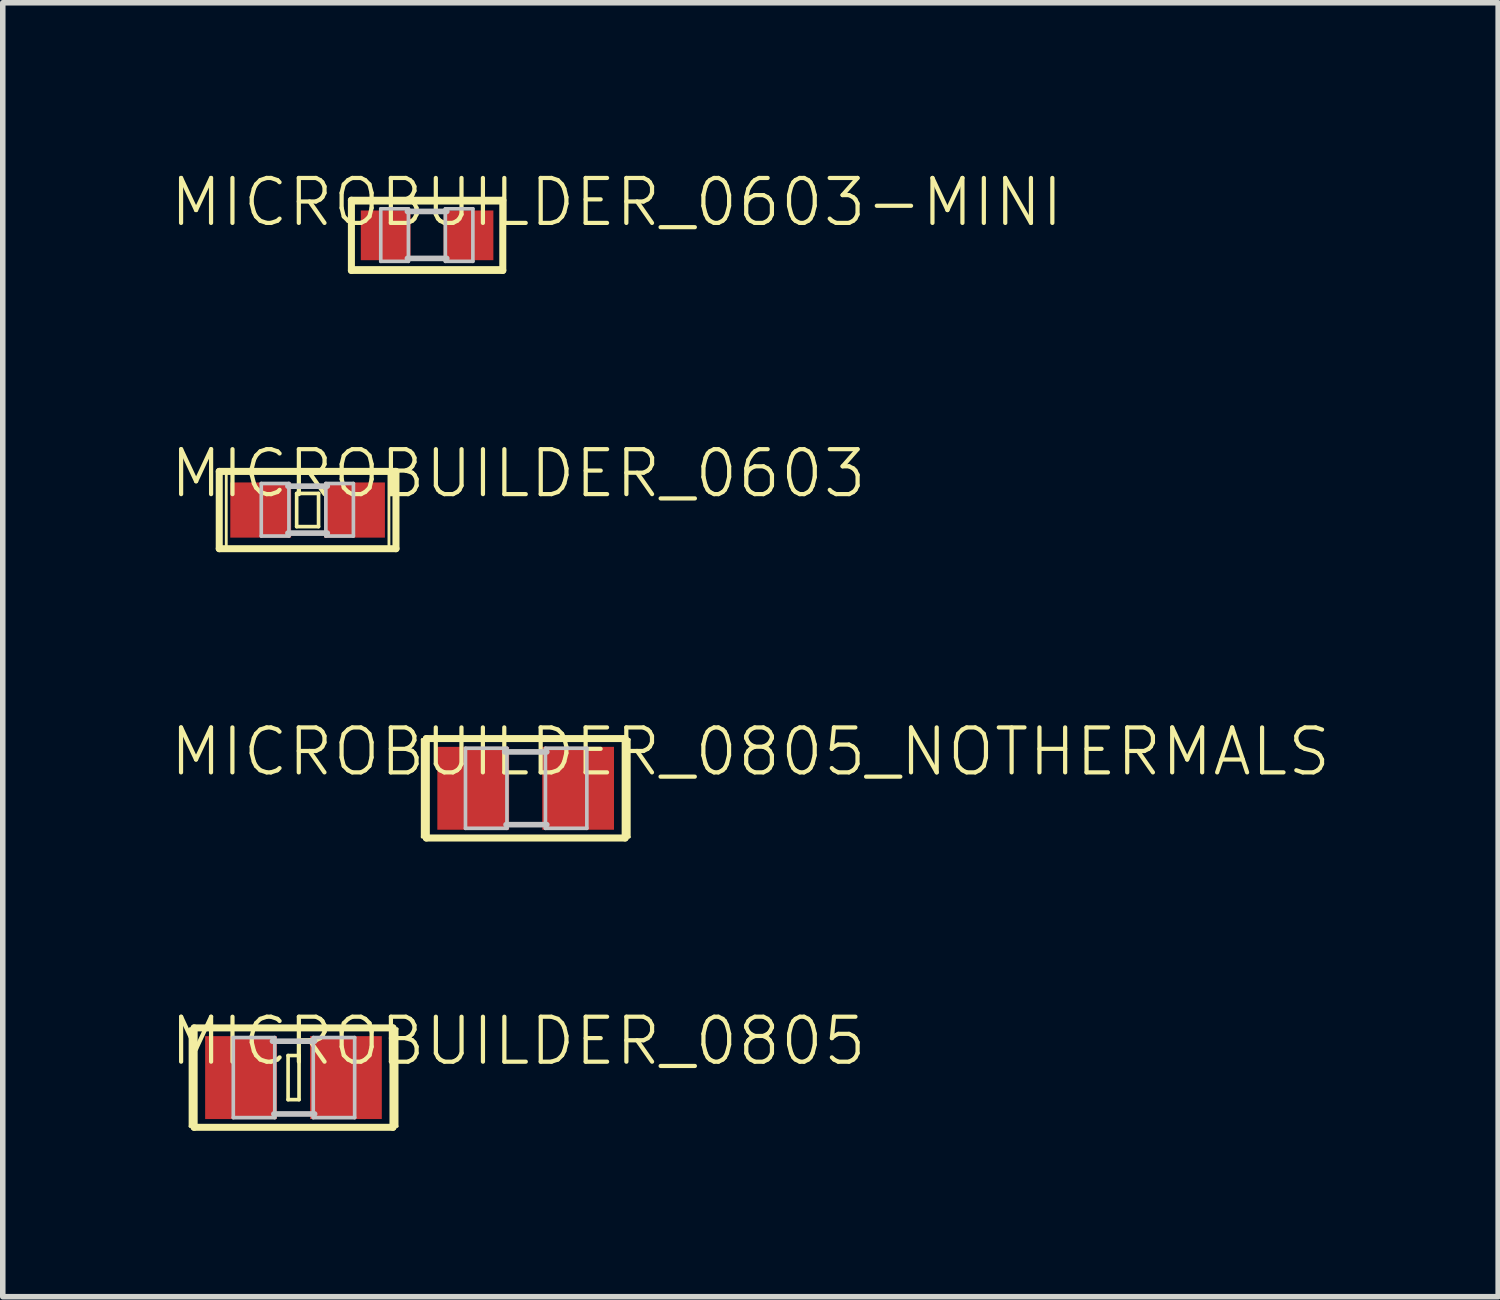
<source format=kicad_pcb>
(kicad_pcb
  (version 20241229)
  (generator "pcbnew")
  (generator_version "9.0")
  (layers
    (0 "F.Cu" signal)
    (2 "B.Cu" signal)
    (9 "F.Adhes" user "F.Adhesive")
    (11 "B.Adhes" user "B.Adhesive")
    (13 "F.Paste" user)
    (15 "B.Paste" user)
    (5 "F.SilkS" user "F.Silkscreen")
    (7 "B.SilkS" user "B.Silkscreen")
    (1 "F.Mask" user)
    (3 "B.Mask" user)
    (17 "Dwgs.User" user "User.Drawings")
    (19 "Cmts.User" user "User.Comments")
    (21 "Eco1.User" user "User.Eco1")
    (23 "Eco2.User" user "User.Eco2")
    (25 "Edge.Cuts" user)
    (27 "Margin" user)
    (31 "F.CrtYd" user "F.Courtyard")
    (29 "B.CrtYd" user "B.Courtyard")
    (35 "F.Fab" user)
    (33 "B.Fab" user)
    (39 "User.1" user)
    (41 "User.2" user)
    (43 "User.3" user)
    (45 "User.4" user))
  (footprint "MICROBUILDER_0603-MINI"
    (layer "F.Cu")
    (at 4.674 1.206)
    (property "Reference" "MICROBUILDER_0603-MINI" (at 3.429 -0.597 0) (layer "F.SilkS") (effects (font (size 0.813 0.813) (thickness 0.076))))
    (attr smd)
    (fp_line (start -1.369 -0.635) (end 1.369 -0.635) (stroke (width 0.127) (type solid)) (layer "F.SilkS"))
    (fp_line (start -1.369 0.635) (end -1.369 -0.635) (stroke (width 0.127) (type solid)) (layer "F.SilkS"))
    (fp_line (start -1.344 -0.582) (end 1.344 -0.582) (stroke (width 0.051) (type solid)) (layer "F.SilkS"))
    (fp_line (start -1.344 0.582) (end -1.344 -0.582) (stroke (width 0.051) (type solid)) (layer "F.SilkS"))
    (fp_line (start 1.344 -0.582) (end 1.344 0.582) (stroke (width 0.051) (type solid)) (layer "F.SilkS"))
    (fp_line (start 1.344 0.582) (end -1.344 0.582) (stroke (width 0.051) (type solid)) (layer "F.SilkS"))
    (fp_line (start 1.369 -0.635) (end 1.369 0.635) (stroke (width 0.127) (type solid)) (layer "F.SilkS"))
    (fp_line (start 1.369 0.635) (end -1.369 0.635) (stroke (width 0.127) (type solid)) (layer "F.SilkS"))
    (fp_line (start -0.838 -0.48) (end -0.338 -0.48) (stroke (width 0.066) (type solid)) (layer "Dwgs.User"))
    (fp_line (start -0.838 0.47) (end -0.838 -0.48) (stroke (width 0.066) (type solid)) (layer "Dwgs.User"))
    (fp_line (start -0.838 0.47) (end -0.338 0.47) (stroke (width 0.066) (type solid)) (layer "Dwgs.User"))
    (fp_line (start -0.356 -0.432) (end 0.356 -0.432) (stroke (width 0.102) (type solid)) (layer "Dwgs.User"))
    (fp_line (start -0.356 0.417) (end 0.356 0.417) (stroke (width 0.102) (type solid)) (layer "Dwgs.User"))
    (fp_line (start -0.338 0.47) (end -0.338 -0.48) (stroke (width 0.066) (type solid)) (layer "Dwgs.User"))
    (fp_line (start 0.33 -0.48) (end 0.828 -0.48) (stroke (width 0.066) (type solid)) (layer "Dwgs.User"))
    (fp_line (start 0.33 0.47) (end 0.33 -0.48) (stroke (width 0.066) (type solid)) (layer "Dwgs.User"))
    (fp_line (start 0.33 0.47) (end 0.828 0.47) (stroke (width 0.066) (type solid)) (layer "Dwgs.User"))
    (fp_line (start 0.828 0.47) (end 0.828 -0.48) (stroke (width 0.066) (type solid)) (layer "Dwgs.User"))
    (pad "1" smd rect (at -0.749 0) (size 0.899 0.899) (layers "F.Cu" "F.Mask" "F.Paste"))
    (pad "2" smd rect (at 0.749 0) (size 0.899 0.899) (layers "F.Cu" "F.Mask" "F.Paste")))
  (footprint "MICROBUILDER_0603"
    (layer "F.Cu")
    (at 2.513 6.174)
    (property "Reference" "MICROBUILDER_0603" (at 3.81 -0.66 0) (layer "F.SilkS") (effects (font (size 0.813 0.813) (thickness 0.076))))
    (attr smd)
    (fp_line (start -1.598 -0.699) (end 1.598 -0.699) (stroke (width 0.127) (type solid)) (layer "F.SilkS"))
    (fp_line (start -1.598 0.699) (end -1.598 -0.699) (stroke (width 0.127) (type solid)) (layer "F.SilkS"))
    (fp_line (start -1.471 -0.729) (end 1.471 -0.729) (stroke (width 0.051) (type solid)) (layer "F.SilkS"))
    (fp_line (start -1.471 0.729) (end -1.471 -0.729) (stroke (width 0.051) (type solid)) (layer "F.SilkS"))
    (fp_line (start -0.198 -0.3) (end 0.198 -0.3) (stroke (width 0.066) (type solid)) (layer "F.SilkS"))
    (fp_line (start -0.198 0.3) (end -0.198 -0.3) (stroke (width 0.066) (type solid)) (layer "F.SilkS"))
    (fp_line (start -0.198 0.3) (end 0.198 0.3) (stroke (width 0.066) (type solid)) (layer "F.SilkS"))
    (fp_line (start 0.198 0.3) (end 0.198 -0.3) (stroke (width 0.066) (type solid)) (layer "F.SilkS"))
    (fp_line (start 1.471 -0.729) (end 1.471 0.729) (stroke (width 0.051) (type solid)) (layer "F.SilkS"))
    (fp_line (start 1.471 0.729) (end -1.471 0.729) (stroke (width 0.051) (type solid)) (layer "F.SilkS"))
    (fp_line (start 1.598 -0.699) (end 1.598 0.699) (stroke (width 0.127) (type solid)) (layer "F.SilkS"))
    (fp_line (start 1.598 0.699) (end -1.598 0.699) (stroke (width 0.127) (type solid)) (layer "F.SilkS"))
    (fp_line (start -0.838 -0.48) (end -0.338 -0.48) (stroke (width 0.066) (type solid)) (layer "Dwgs.User"))
    (fp_line (start -0.838 0.47) (end -0.838 -0.48) (stroke (width 0.066) (type solid)) (layer "Dwgs.User"))
    (fp_line (start -0.838 0.47) (end -0.338 0.47) (stroke (width 0.066) (type solid)) (layer "Dwgs.User"))
    (fp_line (start -0.356 -0.432) (end 0.356 -0.432) (stroke (width 0.102) (type solid)) (layer "Dwgs.User"))
    (fp_line (start -0.356 0.417) (end 0.356 0.417) (stroke (width 0.102) (type solid)) (layer "Dwgs.User"))
    (fp_line (start -0.338 0.47) (end -0.338 -0.48) (stroke (width 0.066) (type solid)) (layer "Dwgs.User"))
    (fp_line (start 0.33 -0.48) (end 0.828 -0.48) (stroke (width 0.066) (type solid)) (layer "Dwgs.User"))
    (fp_line (start 0.33 0.47) (end 0.33 -0.48) (stroke (width 0.066) (type solid)) (layer "Dwgs.User"))
    (fp_line (start 0.33 0.47) (end 0.828 0.47) (stroke (width 0.066) (type solid)) (layer "Dwgs.User"))
    (fp_line (start 0.828 0.47) (end 0.828 -0.48) (stroke (width 0.066) (type solid)) (layer "Dwgs.User"))
    (pad "1" smd rect (at -0.848 0) (size 1.1 0.998) (layers "F.Cu" "F.Mask" "F.Paste"))
    (pad "2" smd rect (at 0.848 0) (size 1.1 0.998) (layers "F.Cu" "F.Mask" "F.Paste")))
  (footprint "MICROBUILDER_0805_NOTHERMALS"
    (layer "F.Cu")
    (at 6.458 11.206)
    (property "Reference" "MICROBUILDER_0805_NOTHERMALS" (at 4.064 -0.66 0) (layer "F.SilkS") (effects (font (size 0.813 0.813) (thickness 0.076))))
    (attr smd)
    (fp_line (start -1.872 -0.881) (end 1.872 -0.881) (stroke (width 0.051) (type solid)) (layer "F.SilkS"))
    (fp_line (start -1.872 0.881) (end -1.872 -0.881) (stroke (width 0.051) (type solid)) (layer "F.SilkS"))
    (fp_line (start -1.798 -0.899) (end 1.798 -0.899) (stroke (width 0.127) (type solid)) (layer "F.SilkS"))
    (fp_line (start -1.798 0.899) (end -1.798 -0.899) (stroke (width 0.127) (type solid)) (layer "F.SilkS"))
    (fp_line (start 1.798 -0.899) (end 1.798 0.899) (stroke (width 0.127) (type solid)) (layer "F.SilkS"))
    (fp_line (start 1.798 0.899) (end -1.798 0.899) (stroke (width 0.127) (type solid)) (layer "F.SilkS"))
    (fp_line (start 1.872 -0.881) (end 1.872 0.881) (stroke (width 0.051) (type solid)) (layer "F.SilkS"))
    (fp_line (start 1.872 0.881) (end -1.872 0.881) (stroke (width 0.051) (type solid)) (layer "F.SilkS"))
    (fp_line (start -1.09 -0.724) (end -0.34 -0.724) (stroke (width 0.066) (type solid)) (layer "Dwgs.User"))
    (fp_line (start -1.09 0.724) (end -1.09 -0.724) (stroke (width 0.066) (type solid)) (layer "Dwgs.User"))
    (fp_line (start -1.09 0.724) (end -0.34 0.724) (stroke (width 0.066) (type solid)) (layer "Dwgs.User"))
    (fp_line (start -0.381 -0.658) (end 0.381 -0.658) (stroke (width 0.102) (type solid)) (layer "Dwgs.User"))
    (fp_line (start -0.356 0.658) (end 0.381 0.658) (stroke (width 0.102) (type solid)) (layer "Dwgs.User"))
    (fp_line (start -0.34 0.724) (end -0.34 -0.724) (stroke (width 0.066) (type solid)) (layer "Dwgs.User"))
    (fp_line (start 0.356 -0.724) (end 1.105 -0.724) (stroke (width 0.066) (type solid)) (layer "Dwgs.User"))
    (fp_line (start 0.356 0.724) (end 0.356 -0.724) (stroke (width 0.066) (type solid)) (layer "Dwgs.User"))
    (fp_line (start 0.356 0.724) (end 1.105 0.724) (stroke (width 0.066) (type solid)) (layer "Dwgs.User"))
    (fp_line (start 1.105 0.724) (end 1.105 -0.724) (stroke (width 0.066) (type solid)) (layer "Dwgs.User"))
    (pad "1" smd rect (at -0.95 0) (size 1.298 1.499) (layers "F.Cu" "F.Mask" "F.Paste"))
    (pad "2" smd rect (at 0.947 0) (size 1.298 1.499) (layers "F.Cu" "F.Mask" "F.Paste")))
  (footprint "MICROBUILDER_0805"
    (layer "F.Cu")
    (at 2.259 16.438)
    (property "Reference" "MICROBUILDER_0805" (at 4.064 -0.66 0) (layer "F.SilkS") (effects (font (size 0.813 0.813) (thickness 0.076))))
    (attr smd)
    (fp_line (start -1.872 -0.881) (end 1.872 -0.881) (stroke (width 0.051) (type solid)) (layer "F.SilkS"))
    (fp_line (start -1.872 0.881) (end -1.872 -0.881) (stroke (width 0.051) (type solid)) (layer "F.SilkS"))
    (fp_line (start -1.798 -0.899) (end 1.798 -0.899) (stroke (width 0.127) (type solid)) (layer "F.SilkS"))
    (fp_line (start -1.798 0.899) (end -1.798 -0.899) (stroke (width 0.127) (type solid)) (layer "F.SilkS"))
    (fp_line (start -0.099 -0.399) (end 0.099 -0.399) (stroke (width 0.066) (type solid)) (layer "F.SilkS"))
    (fp_line (start -0.099 0.399) (end -0.099 -0.399) (stroke (width 0.066) (type solid)) (layer "F.SilkS"))
    (fp_line (start -0.099 0.399) (end 0.099 0.399) (stroke (width 0.066) (type solid)) (layer "F.SilkS"))
    (fp_line (start 0.099 0.399) (end 0.099 -0.399) (stroke (width 0.066) (type solid)) (layer "F.SilkS"))
    (fp_line (start 1.798 -0.899) (end 1.798 0.899) (stroke (width 0.127) (type solid)) (layer "F.SilkS"))
    (fp_line (start 1.798 0.899) (end -1.798 0.899) (stroke (width 0.127) (type solid)) (layer "F.SilkS"))
    (fp_line (start 1.872 -0.881) (end 1.872 0.881) (stroke (width 0.051) (type solid)) (layer "F.SilkS"))
    (fp_line (start 1.872 0.881) (end -1.872 0.881) (stroke (width 0.051) (type solid)) (layer "F.SilkS"))
    (fp_line (start -1.09 -0.724) (end -0.34 -0.724) (stroke (width 0.066) (type solid)) (layer "Dwgs.User"))
    (fp_line (start -1.09 0.724) (end -1.09 -0.724) (stroke (width 0.066) (type solid)) (layer "Dwgs.User"))
    (fp_line (start -1.09 0.724) (end -0.34 0.724) (stroke (width 0.066) (type solid)) (layer "Dwgs.User"))
    (fp_line (start -0.381 -0.658) (end 0.381 -0.658) (stroke (width 0.102) (type solid)) (layer "Dwgs.User"))
    (fp_line (start -0.356 0.658) (end 0.381 0.658) (stroke (width 0.102) (type solid)) (layer "Dwgs.User"))
    (fp_line (start -0.34 0.724) (end -0.34 -0.724) (stroke (width 0.066) (type solid)) (layer "Dwgs.User"))
    (fp_line (start 0.356 -0.724) (end 1.105 -0.724) (stroke (width 0.066) (type solid)) (layer "Dwgs.User"))
    (fp_line (start 0.356 0.724) (end 0.356 -0.724) (stroke (width 0.066) (type solid)) (layer "Dwgs.User"))
    (fp_line (start 0.356 0.724) (end 1.105 0.724) (stroke (width 0.066) (type solid)) (layer "Dwgs.User"))
    (fp_line (start 1.105 0.724) (end 1.105 -0.724) (stroke (width 0.066) (type solid)) (layer "Dwgs.User"))
    (pad "1" smd rect (at -0.95 0) (size 1.298 1.499) (layers "F.Cu" "F.Mask" "F.Paste"))
    (pad "2" smd rect (at 0.947 0) (size 1.298 1.499) (layers "F.Cu" "F.Mask" "F.Paste")))
  (gr_rect
    (start -3 -3)
    (end 24.044 20.401)
    (stroke (width 0.1) (type default))
    (fill no)
    (layer "Edge.Cuts")))
</source>
